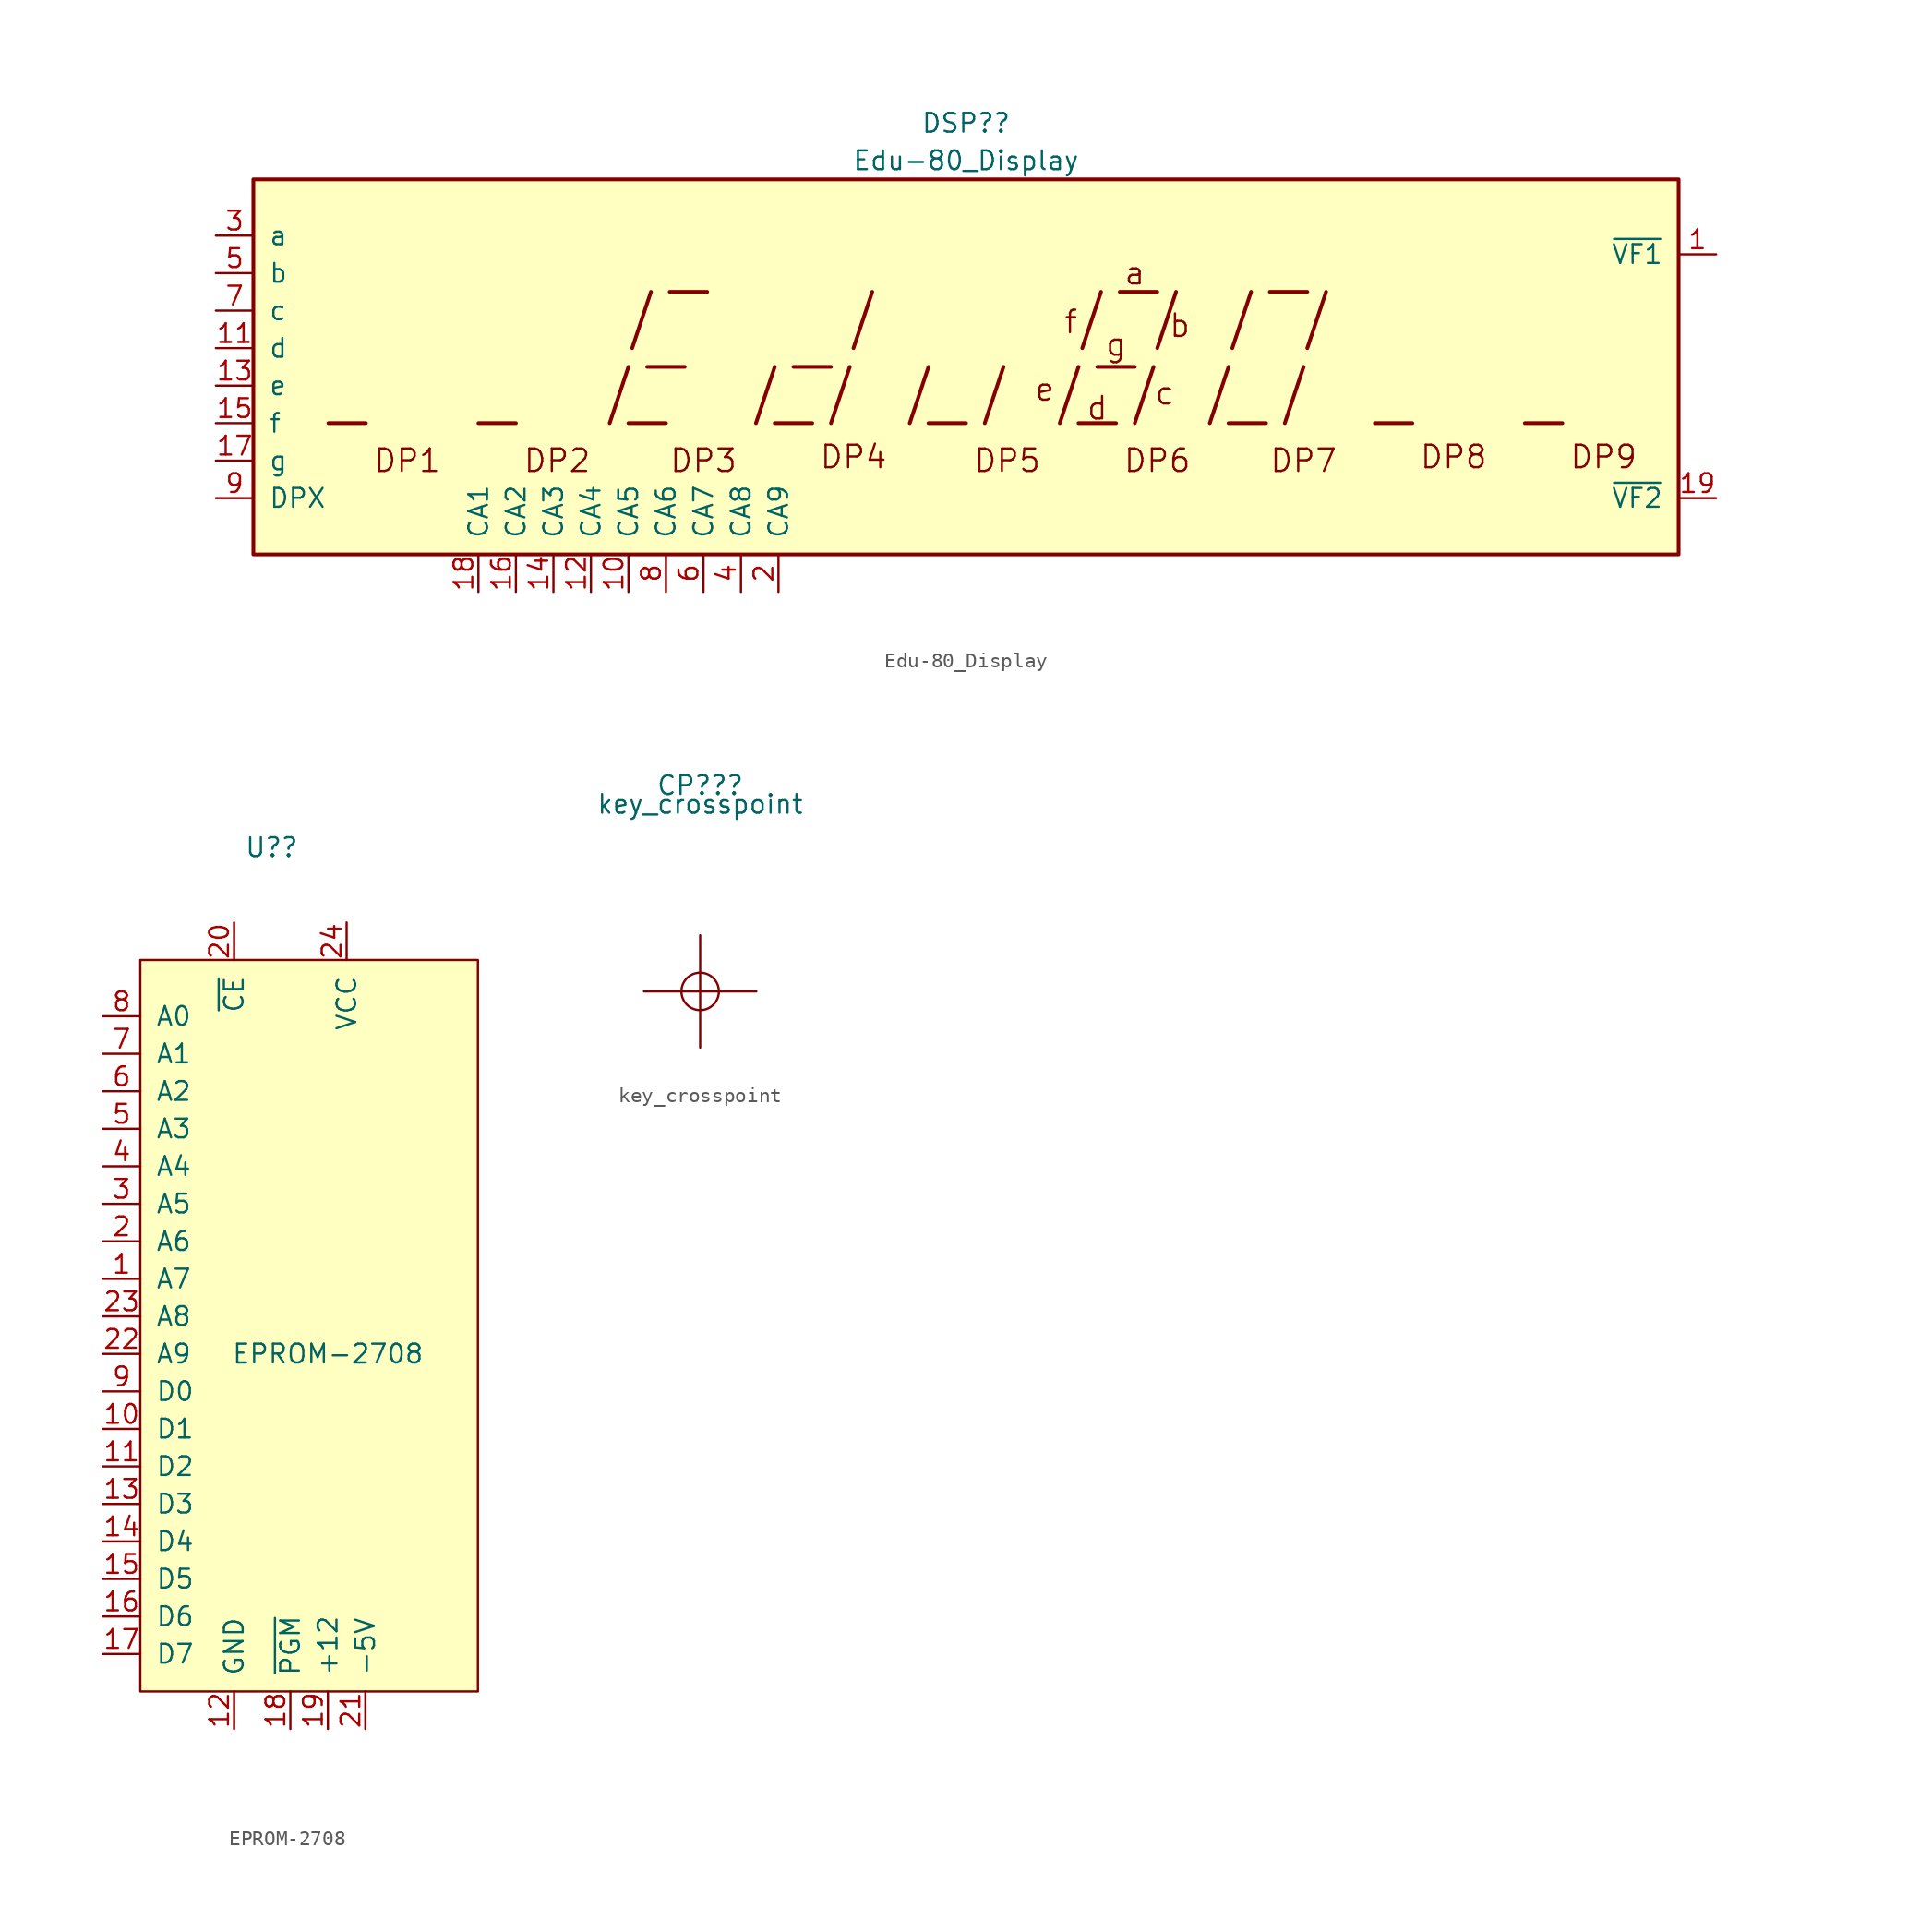
<source format=kicad_sym>
(kicad_symbol_lib
  (version 20220914)
  (generator kicad_symbol_editor)
  (symbol "Edu-80_Display"
    (pin_names
      (offset 1.016))
    (property "Reference" "DSP?"
      (at 0 16.51 0)
      (effects (font (size 1.27 1.27))))
    (property "Value" "Edu-80_Display"
      (at 0 13.97 0)
      (effects (font (size 1.27 1.27))))
    (symbol "Edu-80_Display_1_1"
      (rectangle (start -48.26 12.7) (end 48.26 -12.7) (stroke (width 0.254) (type solid)) (fill (type background)))
      (polyline (pts (xy -43.18 -3.81) (xy -40.64 -3.81)) (stroke (width 0.254) (type solid)) (fill (type none)))
      (polyline (pts (xy -33.02 -3.81) (xy -30.48 -3.81)) (stroke (width 0.254) (type solid)) (fill (type none)))
      (polyline (pts (xy -24.13 -3.81) (xy -22.86 0)) (stroke (width 0.254) (type solid)) (fill (type none)))
      (polyline (pts (xy -22.86 -3.81) (xy -20.32 -3.81)) (stroke (width 0.254) (type solid)) (fill (type none)))
      (polyline (pts (xy -22.606 1.27) (xy -21.336 5.08)) (stroke (width 0.254) (type solid)) (fill (type none)))
      (polyline (pts (xy -21.59 0) (xy -19.05 0)) (stroke (width 0.254) (type solid)) (fill (type none)))
      (polyline (pts (xy -20.066 5.08) (xy -17.526 5.08)) (stroke (width 0.254) (type solid)) (fill (type none)))
      (polyline (pts (xy -14.224 -3.81) (xy -12.954 0)) (stroke (width 0.254) (type solid)) (fill (type none)))
      (polyline (pts (xy -12.954 -3.81) (xy -10.414 -3.81)) (stroke (width 0.254) (type solid)) (fill (type none)))
      (polyline (pts (xy -11.684 0) (xy -9.144 0)) (stroke (width 0.254) (type solid)) (fill (type none)))
      (polyline (pts (xy -9.144 -3.81) (xy -7.874 0)) (stroke (width 0.254) (type solid)) (fill (type none)))
      (polyline (pts (xy -7.62 1.27) (xy -6.35 5.08)) (stroke (width 0.254) (type solid)) (fill (type none)))
      (polyline (pts (xy -3.81 -3.81) (xy -2.54 0)) (stroke (width 0.254) (type solid)) (fill (type none)))
      (polyline (pts (xy -2.54 -3.81) (xy 0 -3.81)) (stroke (width 0.254) (type solid)) (fill (type none)))
      (polyline (pts (xy 1.27 -3.81) (xy 2.54 0)) (stroke (width 0.254) (type solid)) (fill (type none)))
      (polyline (pts (xy 6.35 -3.81) (xy 7.62 0)) (stroke (width 0.254) (type solid)) (fill (type none)))
      (polyline (pts (xy 7.62 -3.81) (xy 10.16 -3.81)) (stroke (width 0.254) (type solid)) (fill (type none)))
      (polyline (pts (xy 7.874 1.27) (xy 9.144 5.08)) (stroke (width 0.254) (type solid)) (fill (type none)))
      (polyline (pts (xy 8.89 0) (xy 11.43 0)) (stroke (width 0.254) (type solid)) (fill (type none)))
      (polyline (pts (xy 10.414 5.08) (xy 12.954 5.08)) (stroke (width 0.254) (type solid)) (fill (type none)))
      (polyline (pts (xy 11.43 -3.81) (xy 12.7 0)) (stroke (width 0.254) (type solid)) (fill (type none)))
      (polyline (pts (xy 12.954 1.27) (xy 14.224 5.08)) (stroke (width 0.254) (type solid)) (fill (type none)))
      (polyline (pts (xy 16.51 -3.81) (xy 17.78 0)) (stroke (width 0.254) (type solid)) (fill (type none)))
      (polyline (pts (xy 17.78 -3.81) (xy 20.32 -3.81)) (stroke (width 0.254) (type solid)) (fill (type none)))
      (polyline (pts (xy 18.034 1.27) (xy 19.304 5.08)) (stroke (width 0.254) (type solid)) (fill (type none)))
      (polyline (pts (xy 20.574 5.08) (xy 23.114 5.08)) (stroke (width 0.254) (type solid)) (fill (type none)))
      (polyline (pts (xy 21.59 -3.81) (xy 22.86 0)) (stroke (width 0.254) (type solid)) (fill (type none)))
      (polyline (pts (xy 23.114 1.27) (xy 24.384 5.08)) (stroke (width 0.254) (type solid)) (fill (type none)))
      (polyline (pts (xy 27.686 -3.81) (xy 30.226 -3.81)) (stroke (width 0.254) (type solid)) (fill (type none)))
      (polyline (pts (xy 37.846 -3.81) (xy 40.386 -3.81)) (stroke (width 0.254) (type solid)) (fill (type none)))
      (text "a" (at 11.43 6.35 0) (effects (font (size 1.524 1.524))))
      (text "b" (at 14.478 2.794 0) (effects (font (size 1.524 1.524))))
      (text "c" (at 13.462 -1.778 0) (effects (font (size 1.524 1.524))))
      (text "d" (at 8.89 -2.794 0) (effects (font (size 1.524 1.524))))
      (text "DP1" (at -37.846 -6.35 0) (effects (font (size 1.524 1.524))))
      (text "DP2" (at -27.686 -6.35 0) (effects (font (size 1.524 1.524))))
      (text "DP3" (at -17.78 -6.35 0) (effects (font (size 1.524 1.524))))
      (text "DP4" (at -7.62 -6.096 0) (effects (font (size 1.524 1.524))))
      (text "DP5" (at 2.794 -6.35 0) (effects (font (size 1.524 1.524))))
      (text "DP6" (at 12.954 -6.35 0) (effects (font (size 1.524 1.524))))
      (text "DP7" (at 22.86 -6.35 0) (effects (font (size 1.524 1.524))))
      (text "DP8" (at 33.02 -6.096 0) (effects (font (size 1.524 1.524))))
      (text "DP9" (at 43.18 -6.096 0) (effects (font (size 1.524 1.524))))
      (text "e" (at 5.334 -1.524 0) (effects (font (size 1.524 1.524))))
      (text "f" (at 7.112 3.048 0) (effects (font (size 1.524 1.524))))
      (text "g" (at 10.16 1.524 0) (effects (font (size 1.524 1.524))))
      (pin power_in line (at 50.8 7.62 180) (length 2.54) (name "~{VF1}" (effects (font (size 1.27 1.27)))) (number "1" (effects (font (size 1.27 1.27)))))
      (pin input line (at -22.86 -15.24 90) (length 2.54) (name "CA5" (effects (font (size 1.27 1.27)))) (number "10" (effects (font (size 1.27 1.27)))))
      (pin input line (at -50.8 1.27 0) (length 2.54) (name "d" (effects (font (size 1.27 1.27)))) (number "11" (effects (font (size 1.27 1.27)))))
      (pin input line (at -25.4 -15.24 90) (length 2.54) (name "CA4" (effects (font (size 1.27 1.27)))) (number "12" (effects (font (size 1.27 1.27)))))
      (pin input line (at -50.8 -1.27 0) (length 2.54) (name "e" (effects (font (size 1.27 1.27)))) (number "13" (effects (font (size 1.27 1.27)))))
      (pin input line (at -27.94 -15.24 90) (length 2.54) (name "CA3" (effects (font (size 1.27 1.27)))) (number "14" (effects (font (size 1.27 1.27)))))
      (pin input line (at -50.8 -3.81 0) (length 2.54) (name "f" (effects (font (size 1.27 1.27)))) (number "15" (effects (font (size 1.27 1.27)))))
      (pin input line (at -30.48 -15.24 90) (length 2.54) (name "CA2" (effects (font (size 1.27 1.27)))) (number "16" (effects (font (size 1.27 1.27)))))
      (pin input line (at -50.8 -6.35 0) (length 2.54) (name "g" (effects (font (size 1.27 1.27)))) (number "17" (effects (font (size 1.27 1.27)))))
      (pin input line (at -33.02 -15.24 90) (length 2.54) (name "CA1" (effects (font (size 1.27 1.27)))) (number "18" (effects (font (size 1.27 1.27)))))
      (pin power_in line (at 50.8 -8.89 180) (length 2.54) (name "~{VF2}" (effects (font (size 1.27 1.27)))) (number "19" (effects (font (size 1.27 1.27)))))
      (pin input line (at -12.7 -15.24 90) (length 2.54) (name "CA9" (effects (font (size 1.27 1.27)))) (number "2" (effects (font (size 1.27 1.27)))))
      (pin input line (at -50.8 8.89 0) (length 2.54) (name "a" (effects (font (size 1.27 1.27)))) (number "3" (effects (font (size 1.27 1.27)))))
      (pin input line (at -15.24 -15.24 90) (length 2.54) (name "CA8" (effects (font (size 1.27 1.27)))) (number "4" (effects (font (size 1.27 1.27)))))
      (pin input line (at -50.8 6.35 0) (length 2.54) (name "b" (effects (font (size 1.27 1.27)))) (number "5" (effects (font (size 1.27 1.27)))))
      (pin input line (at -17.78 -15.24 90) (length 2.54) (name "CA7" (effects (font (size 1.27 1.27)))) (number "6" (effects (font (size 1.27 1.27)))))
      (pin input line (at -50.8 3.81 0) (length 2.54) (name "c" (effects (font (size 1.27 1.27)))) (number "7" (effects (font (size 1.27 1.27)))))
      (pin input line (at -20.32 -15.24 90) (length 2.54) (name "CA6" (effects (font (size 1.27 1.27)))) (number "8" (effects (font (size 1.27 1.27)))))
      (pin input line (at -50.8 -8.89 0) (length 2.54) (name "DPX" (effects (font (size 1.27 1.27)))) (number "9" (effects (font (size 1.27 1.27)))))))
  (symbol "EPROM-2708"
    (pin_names
      (offset 1.016))
    (property "Reference" "U?"
      (at -2.54 34.29 0)
      (effects (font (size 1.27 1.27))))
    (property "Value" "EPROM-2708"
      (at 1.27 0 0)
      (effects (font (size 1.27 1.27))))
    (symbol "EPROM-2708_0_1"
      (rectangle (start -11.43 26.67) (end 11.43 -22.86) (stroke (width 0) (type solid)) (fill (type background))))
    (symbol "EPROM-2708_1_1"
      (pin input line (at -13.97 5.08 0) (length 2.54) (name "A7" (effects (font (size 1.27 1.27)))) (number "1" (effects (font (size 1.27 1.27)))))
      (pin tri_state line (at -13.97 -5.08 0) (length 2.54) (name "D1" (effects (font (size 1.27 1.27)))) (number "10" (effects (font (size 1.27 1.27)))))
      (pin tri_state line (at -13.97 -7.62 0) (length 2.54) (name "D2" (effects (font (size 1.27 1.27)))) (number "11" (effects (font (size 1.27 1.27)))))
      (pin power_in line (at -5.08 -25.4 90) (length 2.54) (name "GND" (effects (font (size 1.27 1.27)))) (number "12" (effects (font (size 1.27 1.27)))))
      (pin tri_state line (at -13.97 -10.16 0) (length 2.54) (name "D3" (effects (font (size 1.27 1.27)))) (number "13" (effects (font (size 1.27 1.27)))))
      (pin tri_state line (at -13.97 -12.7 0) (length 2.54) (name "D4" (effects (font (size 1.27 1.27)))) (number "14" (effects (font (size 1.27 1.27)))))
      (pin tri_state line (at -13.97 -15.24 0) (length 2.54) (name "D5" (effects (font (size 1.27 1.27)))) (number "15" (effects (font (size 1.27 1.27)))))
      (pin tri_state line (at -13.97 -17.78 0) (length 2.54) (name "D6" (effects (font (size 1.27 1.27)))) (number "16" (effects (font (size 1.27 1.27)))))
      (pin tri_state line (at -13.97 -20.32 0) (length 2.54) (name "D7" (effects (font (size 1.27 1.27)))) (number "17" (effects (font (size 1.27 1.27)))))
      (pin input line (at -1.27 -25.4 90) (length 2.54) (name "~{PGM}" (effects (font (size 1.27 1.27)))) (number "18" (effects (font (size 1.27 1.27)))))
      (pin power_in line (at 1.27 -25.4 90) (length 2.54) (name "+12" (effects (font (size 1.27 1.27)))) (number "19" (effects (font (size 1.27 1.27)))))
      (pin input line (at -13.97 7.62 0) (length 2.54) (name "A6" (effects (font (size 1.27 1.27)))) (number "2" (effects (font (size 1.27 1.27)))))
      (pin input line (at -5.08 29.21 270) (length 2.54) (name "~{CE}" (effects (font (size 1.27 1.27)))) (number "20" (effects (font (size 1.27 1.27)))))
      (pin power_in line (at 3.81 -25.4 90) (length 2.54) (name "-5V" (effects (font (size 1.27 1.27)))) (number "21" (effects (font (size 1.27 1.27)))))
      (pin input line (at -13.97 0 0) (length 2.54) (name "A9" (effects (font (size 1.27 1.27)))) (number "22" (effects (font (size 1.27 1.27)))))
      (pin input line (at -13.97 2.54 0) (length 2.54) (name "A8" (effects (font (size 1.27 1.27)))) (number "23" (effects (font (size 1.27 1.27)))))
      (pin power_in line (at 2.54 29.21 270) (length 2.54) (name "VCC" (effects (font (size 1.27 1.27)))) (number "24" (effects (font (size 1.27 1.27)))))
      (pin input line (at -13.97 10.16 0) (length 2.54) (name "A5" (effects (font (size 1.27 1.27)))) (number "3" (effects (font (size 1.27 1.27)))))
      (pin input line (at -13.97 12.7 0) (length 2.54) (name "A4" (effects (font (size 1.27 1.27)))) (number "4" (effects (font (size 1.27 1.27)))))
      (pin input line (at -13.97 15.24 0) (length 2.54) (name "A3" (effects (font (size 1.27 1.27)))) (number "5" (effects (font (size 1.27 1.27)))))
      (pin input line (at -13.97 17.78 0) (length 2.54) (name "A2" (effects (font (size 1.27 1.27)))) (number "6" (effects (font (size 1.27 1.27)))))
      (pin input line (at -13.97 20.32 0) (length 2.54) (name "A1" (effects (font (size 1.27 1.27)))) (number "7" (effects (font (size 1.27 1.27)))))
      (pin input line (at -13.97 22.86 0) (length 2.54) (name "A0" (effects (font (size 1.27 1.27)))) (number "8" (effects (font (size 1.27 1.27)))))
      (pin tri_state line (at -13.97 -2.54 0) (length 2.54) (name "D0" (effects (font (size 1.27 1.27)))) (number "9" (effects (font (size 1.27 1.27)))))))
  (symbol "key_crosspoint"
    (pin_names
      (offset 1.016))
    (property "Reference" "CP??"
      (at 0 13.97 0)
      (effects (font (size 1.27 1.27))))
    (property "Value" "key_crosspoint"
      (at 0 12.7 0)
      (effects (font (size 1.27 1.27))))
    (symbol "key_crosspoint_0_1"
      (polyline (pts (xy 0 -1.27) (xy 0 -3.81)) (stroke (width 0) (type solid)) (fill (type none)))
      (polyline (pts (xy 0 0) (xy -3.81 0)) (stroke (width 0) (type solid)) (fill (type none)))
      (polyline (pts (xy 0 0) (xy 3.81 0)) (stroke (width 0) (type solid)) (fill (type none)))
      (polyline (pts (xy 0 1.27) (xy 0 -1.27)) (stroke (width 0) (type solid)) (fill (type none)))
      (polyline (pts (xy 0 1.27) (xy 0 3.81)) (stroke (width 0) (type solid)) (fill (type none)))
      (circle (center 0 0) (radius 1.27) (stroke (width 0) (type solid)) (fill (type none))))
    (symbol "key_crosspoint_1_1"
      (pin passive line (at -3.81 0 0) (length 2.54) hide (name "X1" (effects (font (size 1.27 1.27)))) (number "1" (effects (font (size 1.27 1.27)))))
      (pin passive line (at 0 3.81 270) (length 2.54) hide (name "Y1" (effects (font (size 1.27 1.27)))) (number "2" (effects (font (size 1.27 1.27)))))
      (pin passive line (at 3.81 0 180) (length 2.54) hide (name "X3" (effects (font (size 1.27 1.27)))) (number "3" (effects (font (size 1.27 1.27)))))
      (pin passive line (at 0 -3.81 90) (length 2.54) hide (name "Y2" (effects (font (size 1.27 1.27)))) (number "4" (effects (font (size 1.27 1.27))))))))
</source>
